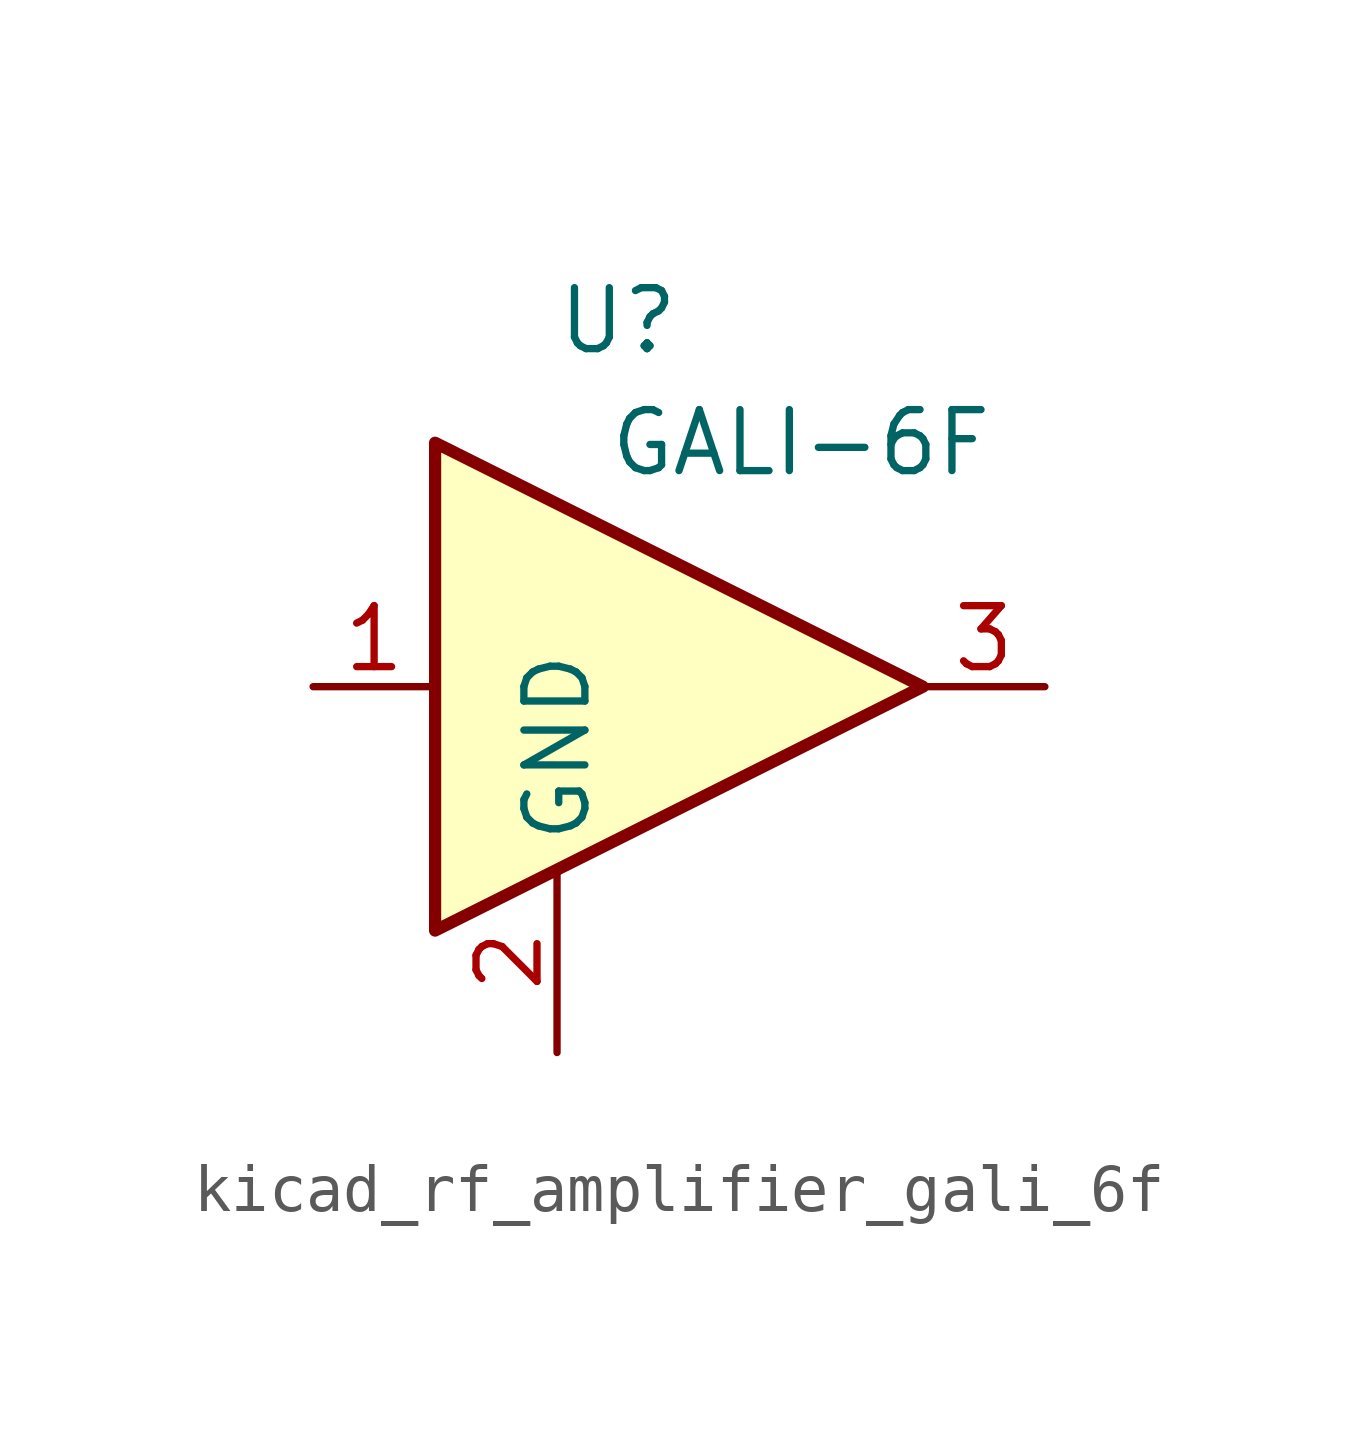
<source format=kicad_sym>
(kicad_symbol_lib
  (version 20220914)
  (generator kicad_symbol_editor)
  (symbol "kicad_rf_amplifier_gali_6f"
    (property "Reference" "U"
      (at -1.27 7.62 0)
      (effects (font (size 1.27 1.27))))
    (property "Value" "GALI-6F"
      (at 2.54 5.08 0)
      (effects (font (size 1.27 1.27))))
    (symbol "kicad_rf_amplifier_gali_6f_0_1"
      (polyline (pts (xy 5.08 0) (xy -5.08 5.08) (xy -5.08 -5.08) (xy 5.08 0)) (stroke (width 0.254) (type default)) (fill (type background))))
    (symbol "kicad_rf_amplifier_gali_6f_1_1"
      (pin input line (at -7.62 0 0) (length 2.54) (name "~" (effects (font (size 1.27 1.27)))) (number "1" (effects (font (size 1.27 1.27)))))
      (pin power_in line (at -2.54 -7.62 90) (length 3.81) (name "GND" (effects (font (size 1.27 1.27)))) (number "2" (effects (font (size 1.27 1.27)))))
      (pin output line (at 7.62 0 180) (length 2.54) (name "~" (effects (font (size 1.27 1.27)))) (number "3" (effects (font (size 1.27 1.27))))))))
</source>
